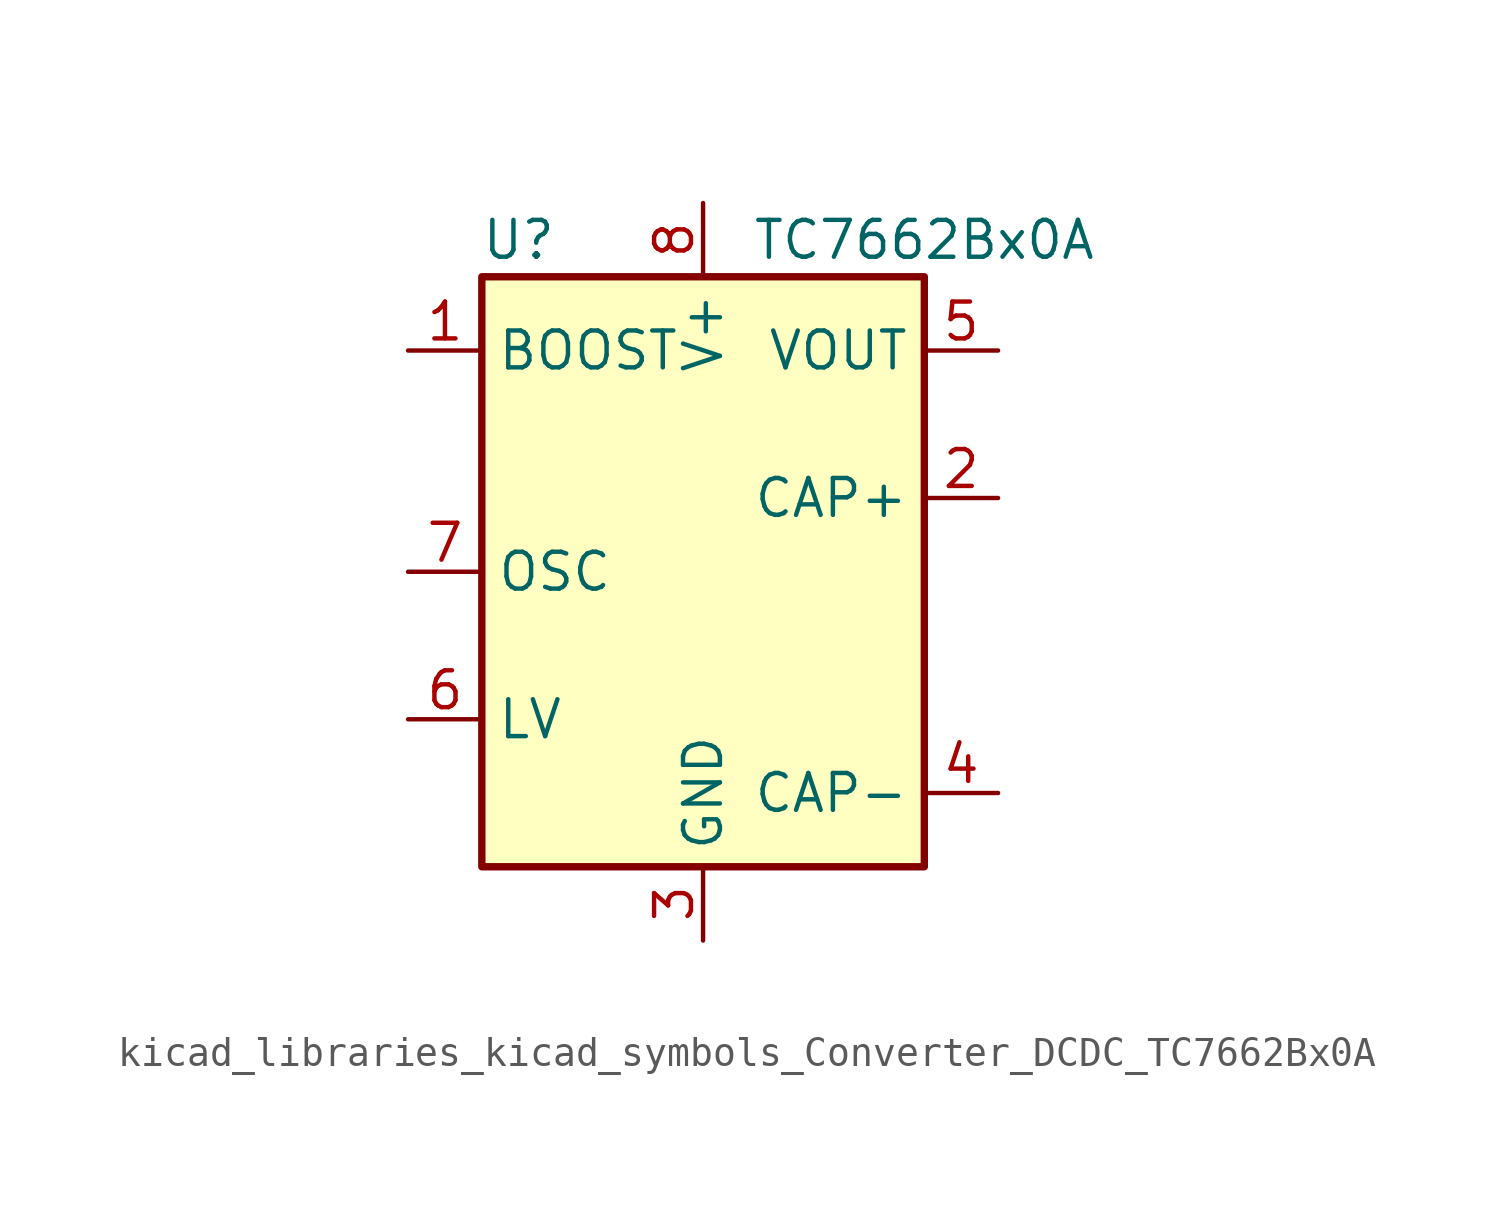
<source format=kicad_sym>
(kicad_symbol_lib
  (version 20220914)
  (generator kicad_symbol_editor)
  (symbol "kicad_libraries_kicad_symbols_Converter_DCDC_TC7662Bx0A"
    (property "Reference" "U"
      (at -6.35 11.43 0)
      (effects (font (size 1.27 1.27))))
    (property "Value" "TC7662Bx0A"
      (at 7.62 11.43 0)
      (effects (font (size 1.27 1.27))))
    (symbol "kicad_libraries_kicad_symbols_Converter_DCDC_TC7662Bx0A_0_1"
      (rectangle (start -7.62 10.16) (end 7.62 -10.16) (stroke (width 0.254) (type default)) (fill (type background))))
    (symbol "kicad_libraries_kicad_symbols_Converter_DCDC_TC7662Bx0A_1_1"
      (pin input line (at -10.16 7.62 0) (length 2.54) (name "BOOST" (effects (font (size 1.27 1.27)))) (number "1" (effects (font (size 1.27 1.27)))))
      (pin passive line (at 10.16 2.54 180) (length 2.54) (name "CAP+" (effects (font (size 1.27 1.27)))) (number "2" (effects (font (size 1.27 1.27)))))
      (pin power_in line (at 0 -12.7 90) (length 2.54) (name "GND" (effects (font (size 1.27 1.27)))) (number "3" (effects (font (size 1.27 1.27)))))
      (pin passive line (at 10.16 -7.62 180) (length 2.54) (name "CAP-" (effects (font (size 1.27 1.27)))) (number "4" (effects (font (size 1.27 1.27)))))
      (pin power_out line (at 10.16 7.62 180) (length 2.54) (name "VOUT" (effects (font (size 1.27 1.27)))) (number "5" (effects (font (size 1.27 1.27)))))
      (pin input line (at -10.16 -5.08 0) (length 2.54) (name "LV" (effects (font (size 1.27 1.27)))) (number "6" (effects (font (size 1.27 1.27)))))
      (pin passive line (at -10.16 0 0) (length 2.54) (name "OSC" (effects (font (size 1.27 1.27)))) (number "7" (effects (font (size 1.27 1.27)))))
      (pin power_in line (at 0 12.7 270) (length 2.54) (name "V+" (effects (font (size 1.27 1.27)))) (number "8" (effects (font (size 1.27 1.27))))))))
</source>
